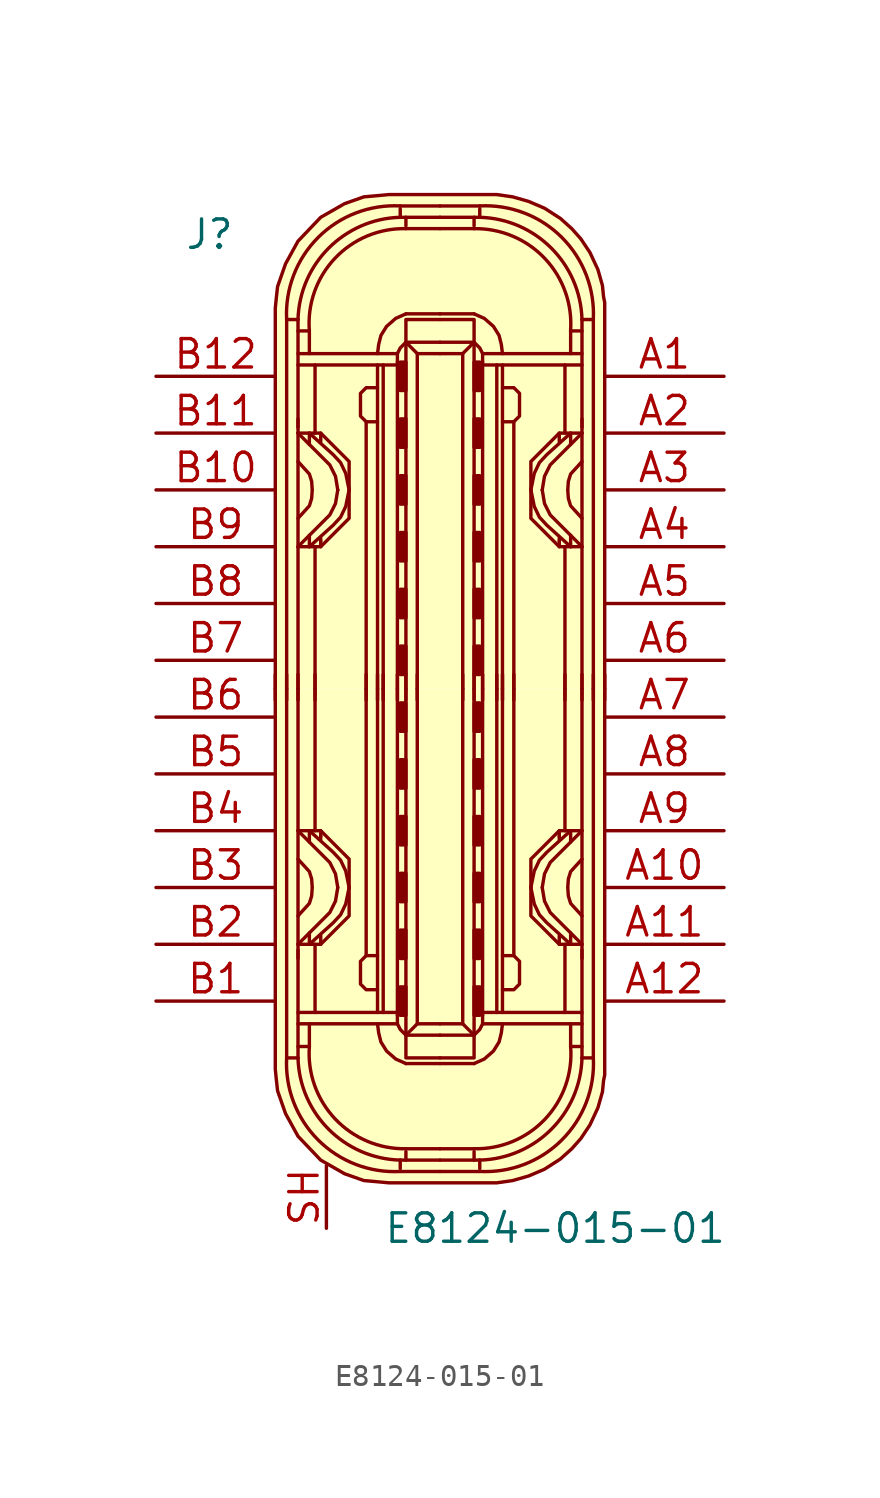
<source format=kicad_sym>
(kicad_symbol_lib
  (version 20201005)
  (generator kicad_symbol_editor)
  (symbol "E8124-015-01"
    (pin_names
      (offset 1.016))
    (property "Reference" "J"
      (at -11.43 20.32 0)
      (effects (font (size 1.27 1.27)) (justify left)))
    (property "Value" "E8124-015-01"
      (at -2.54 -24.13 0)
      (effects (font (size 1.27 1.27)) (justify left)))
    (symbol "E8124-015-01_1_1"
      (arc (start -1.778 -21.59) (end -6.858 -16.51) (radius (at -2.032 -16.764) (length 4.826) (angles -87 177)) (stroke (width 0)) (fill (type none)))
      (arc (start -6.858 16.51) (end -1.778 21.59) (radius (at -2.032 16.764) (length 4.826) (angles -177 87)) (stroke (width 0)) (fill (type none)))
      (arc (start -6.35 -16.51) (end -1.778 -21.082) (radius (at -1.651 -16.383) (length 4.699) (angles -178.5 -91.5)) (stroke (width 0)) (fill (type none)))
      (arc (start -1.778 21.082) (end -6.35 16.51) (radius (at -1.651 16.383) (length 4.699) (angles 91.5 178.5)) (stroke (width 0)) (fill (type none)))
      (arc (start -5.842 -16.002) (end -1.524 -20.574) (radius (at -1.6002 -16.3322) (length 4.2672) (angles 175.5 -89)) (stroke (width 0)) (fill (type none)))
      (arc (start -1.524 20.574) (end -5.842 16.002) (radius (at -1.6002 16.3322) (length 4.2672) (angles 89 -175.5)) (stroke (width 0)) (fill (type none)))
      (arc (start 1.524 -20.574) (end 5.842 -16.002) (radius (at 1.6002 -16.3322) (length 4.2672) (angles -91 4.5)) (stroke (width 0)) (fill (type none)))
      (arc (start 5.842 16.002) (end 1.524 20.574) (radius (at 1.6002 16.3322) (length 4.2672) (angles -4.5 91)) (stroke (width 0)) (fill (type none)))
      (arc (start 1.778 -21.082) (end 6.35 -16.51) (radius (at 1.651 -16.383) (length 4.699) (angles -88.5 -1.5)) (stroke (width 0)) (fill (type none)))
      (arc (start 6.35 16.51) (end 1.778 21.082) (radius (at 1.651 16.383) (length 4.699) (angles 1.5 88.5)) (stroke (width 0)) (fill (type none)))
      (arc (start 6.858 -16.51) (end 1.778 -21.59) (radius (at 2.032 -16.764) (length 4.826) (angles 3 -93)) (stroke (width 0)) (fill (type none)))
      (arc (start 1.778 21.59) (end 6.858 16.51) (radius (at 2.032 16.764) (length 4.826) (angles 93 -3)) (stroke (width 0)) (fill (type none)))
      (rectangle (start -1.778 -14.605) (end -1.524 -13.335) (stroke (width 0)) (fill (type outline)))
      (rectangle (start -1.778 -12.065) (end -1.524 -10.795) (stroke (width 0)) (fill (type outline)))
      (rectangle (start -1.778 -9.525) (end -1.524 -8.255) (stroke (width 0)) (fill (type outline)))
      (rectangle (start -1.778 -6.985) (end -1.524 -5.715) (stroke (width 0)) (fill (type outline)))
      (rectangle (start -1.778 -4.445) (end -1.524 -3.175) (stroke (width 0)) (fill (type outline)))
      (rectangle (start -1.778 -1.905) (end -1.524 -0.635) (stroke (width 0)) (fill (type outline)))
      (rectangle (start -1.778 1.905) (end -1.524 0.635) (stroke (width 0)) (fill (type outline)))
      (rectangle (start -1.778 4.445) (end -1.524 3.175) (stroke (width 0)) (fill (type outline)))
      (rectangle (start -1.778 6.985) (end -1.524 5.715) (stroke (width 0)) (fill (type outline)))
      (rectangle (start -1.778 9.525) (end -1.524 8.255) (stroke (width 0)) (fill (type outline)))
      (rectangle (start -1.778 12.065) (end -1.524 10.795) (stroke (width 0)) (fill (type outline)))
      (rectangle (start -1.778 14.605) (end -1.524 13.335) (stroke (width 0)) (fill (type outline)))
      (rectangle (start 1.778 -14.605) (end 1.524 -13.335) (stroke (width 0)) (fill (type outline)))
      (rectangle (start 1.778 -12.065) (end 1.524 -10.795) (stroke (width 0)) (fill (type outline)))
      (rectangle (start 1.778 -9.525) (end 1.524 -8.255) (stroke (width 0)) (fill (type outline)))
      (rectangle (start 1.778 -6.985) (end 1.524 -5.715) (stroke (width 0)) (fill (type outline)))
      (rectangle (start 1.778 -4.445) (end 1.524 -3.175) (stroke (width 0)) (fill (type outline)))
      (rectangle (start 1.778 -1.905) (end 1.524 -0.635) (stroke (width 0)) (fill (type outline)))
      (rectangle (start 1.778 1.905) (end 1.524 0.635) (stroke (width 0)) (fill (type outline)))
      (rectangle (start 1.778 4.445) (end 1.524 3.175) (stroke (width 0)) (fill (type outline)))
      (rectangle (start 1.778 6.985) (end 1.524 5.715) (stroke (width 0)) (fill (type outline)))
      (rectangle (start 1.778 9.525) (end 1.524 8.255) (stroke (width 0)) (fill (type outline)))
      (rectangle (start 1.778 12.065) (end 1.524 10.795) (stroke (width 0)) (fill (type outline)))
      (rectangle (start 1.778 14.605) (end 1.524 13.335) (stroke (width 0)) (fill (type outline)))
      (polyline (pts (xy -7.366 -0.508) (xy -7.366 0.635)) (stroke (width 0)) (fill (type none)))
      (polyline (pts (xy -6.858 -0.508) (xy -6.858 0.635)) (stroke (width 0)) (fill (type none)))
      (polyline (pts (xy -6.35 -14.986) (xy -1.905 -14.986)) (stroke (width 0)) (fill (type none)))
      (polyline (pts (xy -6.35 -12.065) (xy -6.35 0)) (stroke (width 0)) (fill (type none)))
      (polyline (pts (xy -6.35 -0.508) (xy -6.35 0.635)) (stroke (width 0)) (fill (type none)))
      (polyline (pts (xy -6.35 12.065) (xy -6.35 0)) (stroke (width 0)) (fill (type none)))
      (polyline (pts (xy -6.35 14.986) (xy -1.905 14.986)) (stroke (width 0)) (fill (type none)))
      (polyline (pts (xy -5.842 -11.43) (xy -5.842 -10.922)) (stroke (width 0)) (fill (type none)))
      (polyline (pts (xy -5.842 -6.35) (xy -5.842 -6.858)) (stroke (width 0)) (fill (type none)))
      (polyline (pts (xy -5.842 6.35) (xy -5.842 6.858)) (stroke (width 0)) (fill (type none)))
      (polyline (pts (xy -5.842 11.43) (xy -5.842 10.922)) (stroke (width 0)) (fill (type none)))
      (polyline (pts (xy -5.588 -14.478) (xy -5.588 -11.43)) (stroke (width 0)) (fill (type none)))
      (polyline (pts (xy -5.588 -6.35) (xy -5.588 0)) (stroke (width 0)) (fill (type none)))
      (polyline (pts (xy -5.588 -0.508) (xy -5.588 0.635)) (stroke (width 0)) (fill (type none)))
      (polyline (pts (xy -5.588 6.35) (xy -5.588 0)) (stroke (width 0)) (fill (type none)))
      (polyline (pts (xy -5.588 14.478) (xy -5.588 11.43)) (stroke (width 0)) (fill (type none)))
      (polyline (pts (xy -5.334 -11.43) (xy -5.334 -11.049)) (stroke (width 0)) (fill (type none)))
      (polyline (pts (xy -5.334 -6.604) (xy -5.334 -6.731)) (stroke (width 0)) (fill (type none)))
      (polyline (pts (xy -5.334 -6.35) (xy -5.334 -6.604)) (stroke (width 0)) (fill (type none)))
      (polyline (pts (xy -5.334 6.35) (xy -5.334 6.604)) (stroke (width 0)) (fill (type none)))
      (polyline (pts (xy -5.334 6.604) (xy -5.334 6.731)) (stroke (width 0)) (fill (type none)))
      (polyline (pts (xy -5.334 11.43) (xy -5.334 11.049)) (stroke (width 0)) (fill (type none)))
      (polyline (pts (xy -3.302 -0.508) (xy -3.302 0.635)) (stroke (width 0)) (fill (type none)))
      (polyline (pts (xy -3.302 0) (xy -3.302 -11.938)) (stroke (width 0)) (fill (type none)))
      (polyline (pts (xy -3.302 0) (xy -3.302 11.938)) (stroke (width 0)) (fill (type none)))
      (polyline (pts (xy -2.794 -0.508) (xy -2.794 0.635)) (stroke (width 0)) (fill (type none)))
      (polyline (pts (xy -2.794 0) (xy -2.794 -14.478)) (stroke (width 0)) (fill (type none)))
      (polyline (pts (xy -2.794 0) (xy -2.794 14.478)) (stroke (width 0)) (fill (type none)))
      (polyline (pts (xy -2.54 -14.478) (xy -2.54 0)) (stroke (width 0)) (fill (type none)))
      (polyline (pts (xy -2.54 -0.508) (xy -2.54 0.635)) (stroke (width 0)) (fill (type none)))
      (polyline (pts (xy -2.54 14.478) (xy -2.54 0)) (stroke (width 0)) (fill (type none)))
      (polyline (pts (xy -1.905 -14.478) (xy -6.35 -14.478)) (stroke (width 0)) (fill (type none)))
      (polyline (pts (xy -1.905 -0.508) (xy -1.905 0.635)) (stroke (width 0)) (fill (type none)))
      (polyline (pts (xy -1.905 0) (xy -1.905 -14.605)) (stroke (width 0)) (fill (type none)))
      (polyline (pts (xy -1.905 0) (xy -1.905 14.605)) (stroke (width 0)) (fill (type none)))
      (polyline (pts (xy -1.905 14.478) (xy -6.35 14.478)) (stroke (width 0)) (fill (type none)))
      (polyline (pts (xy -1.778 -21.59) (xy 0 -21.59)) (stroke (width 0)) (fill (type background)))
      (polyline (pts (xy -1.778 -21.082) (xy -1.778 -21.463)) (stroke (width 0)) (fill (type none)))
      (polyline (pts (xy -1.778 -21.082) (xy 0 -21.082)) (stroke (width 0)) (fill (type none)))
      (polyline (pts (xy -1.778 21.082) (xy -1.778 21.463)) (stroke (width 0)) (fill (type none)))
      (polyline (pts (xy -1.778 21.082) (xy 0 21.082)) (stroke (width 0)) (fill (type none)))
      (polyline (pts (xy -1.778 21.59) (xy 0 21.59)) (stroke (width 0)) (fill (type background)))
      (polyline (pts (xy -1.524 -20.701) (xy -1.524 -21.082)) (stroke (width 0)) (fill (type none)))
      (polyline (pts (xy -1.524 -20.574) (xy 0 -20.574)) (stroke (width 0)) (fill (type none)))
      (polyline (pts (xy -1.524 -0.508) (xy -1.524 0.635)) (stroke (width 0)) (fill (type none)))
      (polyline (pts (xy -1.524 20.574) (xy 0 20.574)) (stroke (width 0)) (fill (type none)))
      (polyline (pts (xy -1.524 20.701) (xy -1.524 21.082)) (stroke (width 0)) (fill (type none)))
      (polyline (pts (xy -1.016 -14.986) (xy -1.524 -15.494)) (stroke (width 0)) (fill (type none)))
      (polyline (pts (xy -1.016 -0.508) (xy -1.016 0.635)) (stroke (width 0)) (fill (type none)))
      (polyline (pts (xy -1.016 14.986) (xy -1.524 15.494)) (stroke (width 0)) (fill (type none)))
      (polyline (pts (xy 0 -16.764) (xy -1.524 -16.764)) (stroke (width 0)) (fill (type none)))
      (polyline (pts (xy 0 -16.764) (xy 1.524 -16.764)) (stroke (width 0)) (fill (type none)))
      (polyline (pts (xy 0 16.764) (xy -1.524 16.764)) (stroke (width 0)) (fill (type none)))
      (polyline (pts (xy 0 16.764) (xy 1.524 16.764)) (stroke (width 0)) (fill (type none)))
      (polyline (pts (xy 1.016 -14.986) (xy 1.524 -15.494)) (stroke (width 0)) (fill (type none)))
      (polyline (pts (xy 1.016 -0.508) (xy 1.016 0.635)) (stroke (width 0)) (fill (type none)))
      (polyline (pts (xy 1.016 14.986) (xy 1.524 15.494)) (stroke (width 0)) (fill (type none)))
      (polyline (pts (xy 1.524 -20.701) (xy 1.524 -21.082)) (stroke (width 0)) (fill (type none)))
      (polyline (pts (xy 1.524 -20.574) (xy 0 -20.574)) (stroke (width 0)) (fill (type none)))
      (polyline (pts (xy 1.524 -0.508) (xy 1.524 0.635)) (stroke (width 0)) (fill (type none)))
      (polyline (pts (xy 1.524 20.574) (xy 0 20.574)) (stroke (width 0)) (fill (type none)))
      (polyline (pts (xy 1.524 20.701) (xy 1.524 21.082)) (stroke (width 0)) (fill (type none)))
      (polyline (pts (xy 1.778 -21.59) (xy 0 -21.59)) (stroke (width 0)) (fill (type background)))
      (polyline (pts (xy 1.778 -21.082) (xy 0 -21.082)) (stroke (width 0)) (fill (type none)))
      (polyline (pts (xy 1.778 -21.082) (xy 1.778 -21.463)) (stroke (width 0)) (fill (type none)))
      (polyline (pts (xy 1.778 21.082) (xy 0 21.082)) (stroke (width 0)) (fill (type none)))
      (polyline (pts (xy 1.778 21.082) (xy 1.778 21.463)) (stroke (width 0)) (fill (type none)))
      (polyline (pts (xy 1.778 21.59) (xy 0 21.59)) (stroke (width 0)) (fill (type background)))
      (polyline (pts (xy 1.905 -14.478) (xy 6.35 -14.478)) (stroke (width 0)) (fill (type none)))
      (polyline (pts (xy 1.905 -0.508) (xy 1.905 0.635)) (stroke (width 0)) (fill (type none)))
      (polyline (pts (xy 1.905 0) (xy 1.905 -14.605)) (stroke (width 0)) (fill (type none)))
      (polyline (pts (xy 1.905 0) (xy 1.905 14.605)) (stroke (width 0)) (fill (type none)))
      (polyline (pts (xy 1.905 14.478) (xy 6.35 14.478)) (stroke (width 0)) (fill (type none)))
      (polyline (pts (xy 2.54 -14.478) (xy 2.54 0)) (stroke (width 0)) (fill (type none)))
      (polyline (pts (xy 2.54 -0.508) (xy 2.54 0.635)) (stroke (width 0)) (fill (type none)))
      (polyline (pts (xy 2.54 14.478) (xy 2.54 0)) (stroke (width 0)) (fill (type none)))
      (polyline (pts (xy 2.794 -0.508) (xy 2.794 0.635)) (stroke (width 0)) (fill (type none)))
      (polyline (pts (xy 2.794 0) (xy 2.794 -14.478)) (stroke (width 0)) (fill (type none)))
      (polyline (pts (xy 2.794 0) (xy 2.794 14.478)) (stroke (width 0)) (fill (type none)))
      (polyline (pts (xy 3.302 -0.508) (xy 3.302 0.635)) (stroke (width 0)) (fill (type none)))
      (polyline (pts (xy 3.302 0) (xy 3.302 -11.938)) (stroke (width 0)) (fill (type none)))
      (polyline (pts (xy 3.302 0) (xy 3.302 11.938)) (stroke (width 0)) (fill (type none)))
      (polyline (pts (xy 5.334 -11.43) (xy 5.334 -11.049)) (stroke (width 0)) (fill (type none)))
      (polyline (pts (xy 5.334 -6.604) (xy 5.334 -6.731)) (stroke (width 0)) (fill (type none)))
      (polyline (pts (xy 5.334 -6.35) (xy 5.334 -6.604)) (stroke (width 0)) (fill (type none)))
      (polyline (pts (xy 5.334 6.35) (xy 5.334 6.604)) (stroke (width 0)) (fill (type none)))
      (polyline (pts (xy 5.334 6.604) (xy 5.334 6.731)) (stroke (width 0)) (fill (type none)))
      (polyline (pts (xy 5.334 11.43) (xy 5.334 11.049)) (stroke (width 0)) (fill (type none)))
      (polyline (pts (xy 5.588 -14.478) (xy 5.588 -11.43)) (stroke (width 0)) (fill (type none)))
      (polyline (pts (xy 5.588 -6.35) (xy 5.588 0)) (stroke (width 0)) (fill (type none)))
      (polyline (pts (xy 5.588 -0.508) (xy 5.588 0.635)) (stroke (width 0)) (fill (type none)))
      (polyline (pts (xy 5.588 6.35) (xy 5.588 0)) (stroke (width 0)) (fill (type none)))
      (polyline (pts (xy 5.588 14.478) (xy 5.588 11.43)) (stroke (width 0)) (fill (type none)))
      (polyline (pts (xy 5.842 -11.43) (xy 5.842 -10.922)) (stroke (width 0)) (fill (type none)))
      (polyline (pts (xy 5.842 -6.35) (xy 5.842 -6.858)) (stroke (width 0)) (fill (type none)))
      (polyline (pts (xy 5.842 6.35) (xy 5.842 6.858)) (stroke (width 0)) (fill (type none)))
      (polyline (pts (xy 5.842 11.43) (xy 5.842 10.922)) (stroke (width 0)) (fill (type none)))
      (polyline (pts (xy 6.35 -14.986) (xy 1.905 -14.986)) (stroke (width 0)) (fill (type none)))
      (polyline (pts (xy 6.35 -12.065) (xy 6.35 0)) (stroke (width 0)) (fill (type none)))
      (polyline (pts (xy 6.35 -0.508) (xy 6.35 0.635)) (stroke (width 0)) (fill (type none)))
      (polyline (pts (xy 6.35 12.065) (xy 6.35 0)) (stroke (width 0)) (fill (type none)))
      (polyline (pts (xy 6.35 14.986) (xy 1.905 14.986)) (stroke (width 0)) (fill (type none)))
      (polyline (pts (xy 6.858 -0.508) (xy 6.858 0.635)) (stroke (width 0)) (fill (type none)))
      (polyline (pts (xy 7.366 -0.508) (xy 7.366 0.635)) (stroke (width 0)) (fill (type none)))
      (polyline (pts (xy -6.35 -16.51) (xy -6.858 -16.51) (xy -6.858 0)) (stroke (width 0)) (fill (type none)))
      (polyline (pts (xy -6.35 -11.684) (xy -6.35 -15.875) (xy -6.35 -16.51)) (stroke (width 0)) (fill (type none)))
      (polyline (pts (xy -6.35 11.684) (xy -6.35 15.875) (xy -6.35 16.51)) (stroke (width 0)) (fill (type none)))
      (polyline (pts (xy -6.35 16.51) (xy -6.858 16.51) (xy -6.858 0)) (stroke (width 0)) (fill (type none)))
      (polyline (pts (xy -5.842 -14.986) (xy -5.842 -16.002) (xy -6.35 -16.002)) (stroke (width 0)) (fill (type none)))
      (polyline (pts (xy -5.842 14.986) (xy -5.842 16.002) (xy -6.35 16.002)) (stroke (width 0)) (fill (type none)))
      (polyline (pts (xy -1.524 0) (xy -1.524 -15.494) (xy 0 -15.494)) (stroke (width 0)) (fill (type none)))
      (polyline (pts (xy -1.524 0) (xy -1.524 15.494) (xy 0 15.494)) (stroke (width 0)) (fill (type none)))
      (polyline (pts (xy -1.016 0) (xy -1.016 -14.986) (xy 0 -14.986)) (stroke (width 0)) (fill (type none)))
      (polyline (pts (xy -1.016 0) (xy -1.016 14.986) (xy 0 14.986)) (stroke (width 0)) (fill (type none)))
      (polyline (pts (xy 1.016 0) (xy 1.016 -14.986) (xy 0 -14.986)) (stroke (width 0)) (fill (type none)))
      (polyline (pts (xy 1.016 0) (xy 1.016 14.986) (xy 0 14.986)) (stroke (width 0)) (fill (type none)))
      (polyline (pts (xy 1.524 0) (xy 1.524 -15.494) (xy 0 -15.494)) (stroke (width 0)) (fill (type none)))
      (polyline (pts (xy 1.524 0) (xy 1.524 15.494) (xy 0 15.494)) (stroke (width 0)) (fill (type none)))
      (polyline (pts (xy 5.842 -14.986) (xy 5.842 -16.002) (xy 6.35 -16.002)) (stroke (width 0)) (fill (type none)))
      (polyline (pts (xy 5.842 14.986) (xy 5.842 16.002) (xy 6.35 16.002)) (stroke (width 0)) (fill (type none)))
      (polyline (pts (xy 6.35 -16.51) (xy 6.858 -16.51) (xy 6.858 0)) (stroke (width 0)) (fill (type none)))
      (polyline (pts (xy 6.35 -11.684) (xy 6.35 -15.875) (xy 6.35 -16.51)) (stroke (width 0)) (fill (type none)))
      (polyline (pts (xy 6.35 11.684) (xy 6.35 15.875) (xy 6.35 16.51)) (stroke (width 0)) (fill (type none)))
      (polyline (pts (xy 6.35 16.51) (xy 6.858 16.51) (xy 6.858 0)) (stroke (width 0)) (fill (type none)))
      (polyline (pts (xy -6.35 -11.43) (xy -4.928 -10.008) (xy -4.674 -9.5) (xy -4.572 -8.89)) (stroke (width 0)) (fill (type none)))
      (polyline (pts (xy -6.35 -10.16) (xy -5.842 -9.601) (xy -5.74 -9.271) (xy -5.715 -8.915)) (stroke (width 0)) (fill (type none)))
      (polyline (pts (xy -6.35 -7.62) (xy -5.842 -8.179) (xy -5.74 -8.509) (xy -5.715 -8.865)) (stroke (width 0)) (fill (type none)))
      (polyline (pts (xy -6.35 -6.35) (xy -4.928 -7.772) (xy -4.674 -8.28) (xy -4.572 -8.89)) (stroke (width 0)) (fill (type none)))
      (polyline (pts (xy -6.35 6.35) (xy -4.928 7.772) (xy -4.674 8.28) (xy -4.572 8.89)) (stroke (width 0)) (fill (type none)))
      (polyline (pts (xy -6.35 7.62) (xy -5.842 8.179) (xy -5.74 8.509) (xy -5.715 8.865)) (stroke (width 0)) (fill (type none)))
      (polyline (pts (xy -6.35 10.16) (xy -5.842 9.601) (xy -5.74 9.271) (xy -5.715 8.915)) (stroke (width 0)) (fill (type none)))
      (polyline (pts (xy -6.35 11.43) (xy -4.928 10.008) (xy -4.674 9.5) (xy -4.572 8.89)) (stroke (width 0)) (fill (type none)))
      (polyline (pts (xy -1.905 -14.605) (xy -1.905 -14.986) (xy -1.778 -15.24) (xy -1.524 -15.494)) (stroke (width 0)) (fill (type none)))
      (polyline (pts (xy -1.905 14.605) (xy -1.905 14.986) (xy -1.778 15.24) (xy -1.524 15.494)) (stroke (width 0)) (fill (type none)))
      (polyline (pts (xy 0 -16.51) (xy -1.397 -16.51) (xy -1.524 -16.51) (xy -1.524 -15.494)) (stroke (width 0)) (fill (type none)))
      (polyline (pts (xy 0 -16.51) (xy 1.397 -16.51) (xy 1.524 -16.51) (xy 1.524 -15.494)) (stroke (width 0)) (fill (type none)))
      (polyline (pts (xy 0 16.51) (xy -1.397 16.51) (xy -1.524 16.51) (xy -1.524 15.494)) (stroke (width 0)) (fill (type none)))
      (polyline (pts (xy 0 16.51) (xy 1.397 16.51) (xy 1.524 16.51) (xy 1.524 15.494)) (stroke (width 0)) (fill (type none)))
      (polyline (pts (xy 1.905 -14.605) (xy 1.905 -14.986) (xy 1.778 -15.24) (xy 1.524 -15.494)) (stroke (width 0)) (fill (type none)))
      (polyline (pts (xy 1.905 14.605) (xy 1.905 14.986) (xy 1.778 15.24) (xy 1.524 15.494)) (stroke (width 0)) (fill (type none)))
      (polyline (pts (xy 6.35 -11.43) (xy 4.928 -10.008) (xy 4.674 -9.5) (xy 4.572 -8.89)) (stroke (width 0)) (fill (type none)))
      (polyline (pts (xy 6.35 -10.16) (xy 5.842 -9.601) (xy 5.74 -9.271) (xy 5.715 -8.915)) (stroke (width 0)) (fill (type none)))
      (polyline (pts (xy 6.35 -7.62) (xy 5.842 -8.179) (xy 5.74 -8.509) (xy 5.715 -8.865)) (stroke (width 0)) (fill (type none)))
      (polyline (pts (xy 6.35 -6.35) (xy 4.928 -7.772) (xy 4.674 -8.28) (xy 4.572 -8.89)) (stroke (width 0)) (fill (type none)))
      (polyline (pts (xy 6.35 6.35) (xy 4.928 7.772) (xy 4.674 8.28) (xy 4.572 8.89)) (stroke (width 0)) (fill (type none)))
      (polyline (pts (xy 6.35 7.62) (xy 5.842 8.179) (xy 5.74 8.509) (xy 5.715 8.865)) (stroke (width 0)) (fill (type none)))
      (polyline (pts (xy 6.35 10.16) (xy 5.842 9.601) (xy 5.74 9.271) (xy 5.715 8.915)) (stroke (width 0)) (fill (type none)))
      (polyline (pts (xy 6.35 11.43) (xy 4.928 10.008) (xy 4.674 9.5) (xy 4.572 8.89)) (stroke (width 0)) (fill (type none)))
      (polyline (pts (xy -5.842 -11.43) (xy -4.775 -10.465) (xy -4.445 -10.109) (xy -4.216 -9.627) (xy -4.064 -8.89)) (stroke (width 0)) (fill (type none)))
      (polyline (pts (xy -5.842 -6.35) (xy -4.775 -7.315) (xy -4.445 -7.671) (xy -4.216 -8.153) (xy -4.064 -8.89)) (stroke (width 0)) (fill (type none)))
      (polyline (pts (xy -5.842 6.35) (xy -4.775 7.315) (xy -4.445 7.671) (xy -4.216 8.153) (xy -4.064 8.89)) (stroke (width 0)) (fill (type none)))
      (polyline (pts (xy -5.842 11.43) (xy -4.775 10.465) (xy -4.445 10.109) (xy -4.216 9.627) (xy -4.064 8.89)) (stroke (width 0)) (fill (type none)))
      (polyline (pts (xy 5.842 -11.43) (xy 4.775 -10.465) (xy 4.445 -10.109) (xy 4.216 -9.627) (xy 4.064 -8.89)) (stroke (width 0)) (fill (type none)))
      (polyline (pts (xy 5.842 -6.35) (xy 4.775 -7.315) (xy 4.445 -7.671) (xy 4.216 -8.153) (xy 4.064 -8.89)) (stroke (width 0)) (fill (type none)))
      (polyline (pts (xy 5.842 6.35) (xy 4.775 7.315) (xy 4.445 7.671) (xy 4.216 8.153) (xy 4.064 8.89)) (stroke (width 0)) (fill (type none)))
      (polyline (pts (xy 5.842 11.43) (xy 4.775 10.465) (xy 4.445 10.109) (xy 4.216 9.627) (xy 4.064 8.89)) (stroke (width 0)) (fill (type none)))
      (polyline (pts (xy -6.35 -11.43) (xy -5.334 -11.43) (xy -4.064 -10.16) (xy -4.064 -7.62) (xy -5.334 -6.35) (xy -6.35 -6.35)) (stroke (width 0)) (fill (type none)))
      (polyline (pts (xy -6.35 11.43) (xy -5.334 11.43) (xy -4.064 10.16) (xy -4.064 7.62) (xy -5.334 6.35) (xy -6.35 6.35)) (stroke (width 0)) (fill (type none)))
      (polyline (pts (xy -2.794 -14.986) (xy -2.743 -15.392) (xy -2.642 -15.799) (xy -2.388 -16.205) (xy -1.981 -16.561) (xy -1.524 -16.764)) (stroke (width 0)) (fill (type none)))
      (polyline (pts (xy -2.794 -13.462) (xy -3.302 -13.462) (xy -3.556 -13.208) (xy -3.556 -12.192) (xy -3.302 -11.938) (xy -2.794 -11.938)) (stroke (width 0)) (fill (type none)))
      (polyline (pts (xy -2.794 13.462) (xy -3.302 13.462) (xy -3.556 13.208) (xy -3.556 12.192) (xy -3.302 11.938) (xy -2.794 11.938)) (stroke (width 0)) (fill (type none)))
      (polyline (pts (xy -2.794 14.986) (xy -2.743 15.392) (xy -2.642 15.799) (xy -2.388 16.205) (xy -1.981 16.561) (xy -1.524 16.764)) (stroke (width 0)) (fill (type none)))
      (polyline (pts (xy 2.794 -14.986) (xy 2.743 -15.392) (xy 2.642 -15.799) (xy 2.388 -16.205) (xy 1.981 -16.561) (xy 1.524 -16.764)) (stroke (width 0)) (fill (type none)))
      (polyline (pts (xy 2.794 -13.462) (xy 3.302 -13.462) (xy 3.556 -13.208) (xy 3.556 -12.192) (xy 3.302 -11.938) (xy 2.794 -11.938)) (stroke (width 0)) (fill (type none)))
      (polyline (pts (xy 2.794 13.462) (xy 3.302 13.462) (xy 3.556 13.208) (xy 3.556 12.192) (xy 3.302 11.938) (xy 2.794 11.938)) (stroke (width 0)) (fill (type none)))
      (polyline (pts (xy 2.794 14.986) (xy 2.743 15.392) (xy 2.642 15.799) (xy 2.388 16.205) (xy 1.981 16.561) (xy 1.524 16.764)) (stroke (width 0)) (fill (type none)))
      (polyline (pts (xy 6.35 -11.43) (xy 5.334 -11.43) (xy 4.064 -10.16) (xy 4.064 -7.62) (xy 5.334 -6.35) (xy 6.35 -6.35)) (stroke (width 0)) (fill (type none)))
      (polyline (pts (xy 6.35 11.43) (xy 5.334 11.43) (xy 4.064 10.16) (xy 4.064 7.62) (xy 5.334 6.35) (xy 6.35 6.35)) (stroke (width 0)) (fill (type none)))
      (polyline (pts (xy 7.366 0) (xy 7.366 -17.018) (xy 7.366 -17.272) (xy 7.315 -17.526) (xy 7.264 -18.034) (xy 7.061 -18.745) (xy 6.706 -19.507) (xy 6.299 -20.117) (xy 5.893 -20.574) (xy 5.385 -21.031) (xy 4.674 -21.488) (xy 3.962 -21.793) (xy 3.251 -21.996) (xy 2.54 -22.098) (xy -2.286 -22.098) (xy -3.404 -21.996) (xy -4.267 -21.692) (xy -5.334 -21.082) (xy -6.35 -20.015) (xy -6.909 -18.999) (xy -7.264 -17.983) (xy -7.315 -17.526) (xy -7.366 -17.018) (xy -7.366 0)) (stroke (width 0)) (fill (type background)))
      (polyline (pts (xy 7.366 0) (xy 7.366 17.018) (xy 7.366 17.272) (xy 7.315 17.526) (xy 7.264 18.034) (xy 7.061 18.745) (xy 6.706 19.507) (xy 6.299 20.117) (xy 5.893 20.574) (xy 5.385 21.031) (xy 4.674 21.488) (xy 3.962 21.793) (xy 3.251 21.996) (xy 2.54 22.098) (xy -2.286 22.098) (xy -3.404 21.996) (xy -4.267 21.692) (xy -5.334 21.082) (xy -6.35 20.015) (xy -6.909 18.999) (xy -7.264 17.983) (xy -7.315 17.526) (xy -7.366 17.018) (xy -7.366 0)) (stroke (width 0)) (fill (type background)))
      (pin passive line (at 12.7 13.97 180) (length 5.334) (name "~" (effects (font (size 1.27 1.27)))) (number "A1" (effects (font (size 1.27 1.27)))))
      (pin passive line (at 12.7 -8.89 180) (length 5.334) (name "~" (effects (font (size 1.27 1.27)))) (number "A10" (effects (font (size 1.27 1.27)))))
      (pin passive line (at 12.7 -11.43 180) (length 5.334) (name "~" (effects (font (size 1.27 1.27)))) (number "A11" (effects (font (size 1.27 1.27)))))
      (pin passive line (at 12.7 -13.97 180) (length 5.334) (name "~" (effects (font (size 1.27 1.27)))) (number "A12" (effects (font (size 1.27 1.27)))))
      (pin passive line (at 12.7 11.43 180) (length 5.334) (name "~" (effects (font (size 1.27 1.27)))) (number "A2" (effects (font (size 1.27 1.27)))))
      (pin passive line (at 12.7 8.89 180) (length 5.334) (name "~" (effects (font (size 1.27 1.27)))) (number "A3" (effects (font (size 1.27 1.27)))))
      (pin passive line (at 12.7 6.35 180) (length 5.334) (name "~" (effects (font (size 1.27 1.27)))) (number "A4" (effects (font (size 1.27 1.27)))))
      (pin passive line (at 12.7 3.81 180) (length 5.334) (name "~" (effects (font (size 1.27 1.27)))) (number "A5" (effects (font (size 1.27 1.27)))))
      (pin passive line (at 12.7 1.27 180) (length 5.334) (name "~" (effects (font (size 1.27 1.27)))) (number "A6" (effects (font (size 1.27 1.27)))))
      (pin passive line (at 12.7 -1.27 180) (length 5.334) (name "~" (effects (font (size 1.27 1.27)))) (number "A7" (effects (font (size 1.27 1.27)))))
      (pin passive line (at 12.7 -3.81 180) (length 5.334) (name "~" (effects (font (size 1.27 1.27)))) (number "A8" (effects (font (size 1.27 1.27)))))
      (pin passive line (at 12.7 -6.35 180) (length 5.334) (name "~" (effects (font (size 1.27 1.27)))) (number "A9" (effects (font (size 1.27 1.27)))))
      (pin passive line (at -12.7 -13.97 0) (length 5.334) (name "~" (effects (font (size 1.27 1.27)))) (number "B1" (effects (font (size 1.27 1.27)))))
      (pin passive line (at -12.7 8.89 0) (length 5.334) (name "~" (effects (font (size 1.27 1.27)))) (number "B10" (effects (font (size 1.27 1.27)))))
      (pin passive line (at -12.7 11.43 0) (length 5.334) (name "~" (effects (font (size 1.27 1.27)))) (number "B11" (effects (font (size 1.27 1.27)))))
      (pin passive line (at -12.7 13.97 0) (length 5.334) (name "~" (effects (font (size 1.27 1.27)))) (number "B12" (effects (font (size 1.27 1.27)))))
      (pin passive line (at -12.7 -11.43 0) (length 5.334) (name "~" (effects (font (size 1.27 1.27)))) (number "B2" (effects (font (size 1.27 1.27)))))
      (pin passive line (at -12.7 -8.89 0) (length 5.334) (name "~" (effects (font (size 1.27 1.27)))) (number "B3" (effects (font (size 1.27 1.27)))))
      (pin passive line (at -12.7 -6.35 0) (length 5.334) (name "~" (effects (font (size 1.27 1.27)))) (number "B4" (effects (font (size 1.27 1.27)))))
      (pin passive line (at -12.7 -3.81 0) (length 5.334) (name "~" (effects (font (size 1.27 1.27)))) (number "B5" (effects (font (size 1.27 1.27)))))
      (pin passive line (at -12.7 -1.27 0) (length 5.334) (name "~" (effects (font (size 1.27 1.27)))) (number "B6" (effects (font (size 1.27 1.27)))))
      (pin passive line (at -12.7 1.27 0) (length 5.334) (name "~" (effects (font (size 1.27 1.27)))) (number "B7" (effects (font (size 1.27 1.27)))))
      (pin passive line (at -12.7 3.81 0) (length 5.334) (name "~" (effects (font (size 1.27 1.27)))) (number "B8" (effects (font (size 1.27 1.27)))))
      (pin passive line (at -12.7 6.35 0) (length 5.334) (name "~" (effects (font (size 1.27 1.27)))) (number "B9" (effects (font (size 1.27 1.27)))))
      (pin input line (at -5.08 -24.13 90) (length 2.794) (name "~" (effects (font (size 1.27 1.27)))) (number "SH" (effects (font (size 1.27 1.27))))))))
</source>
